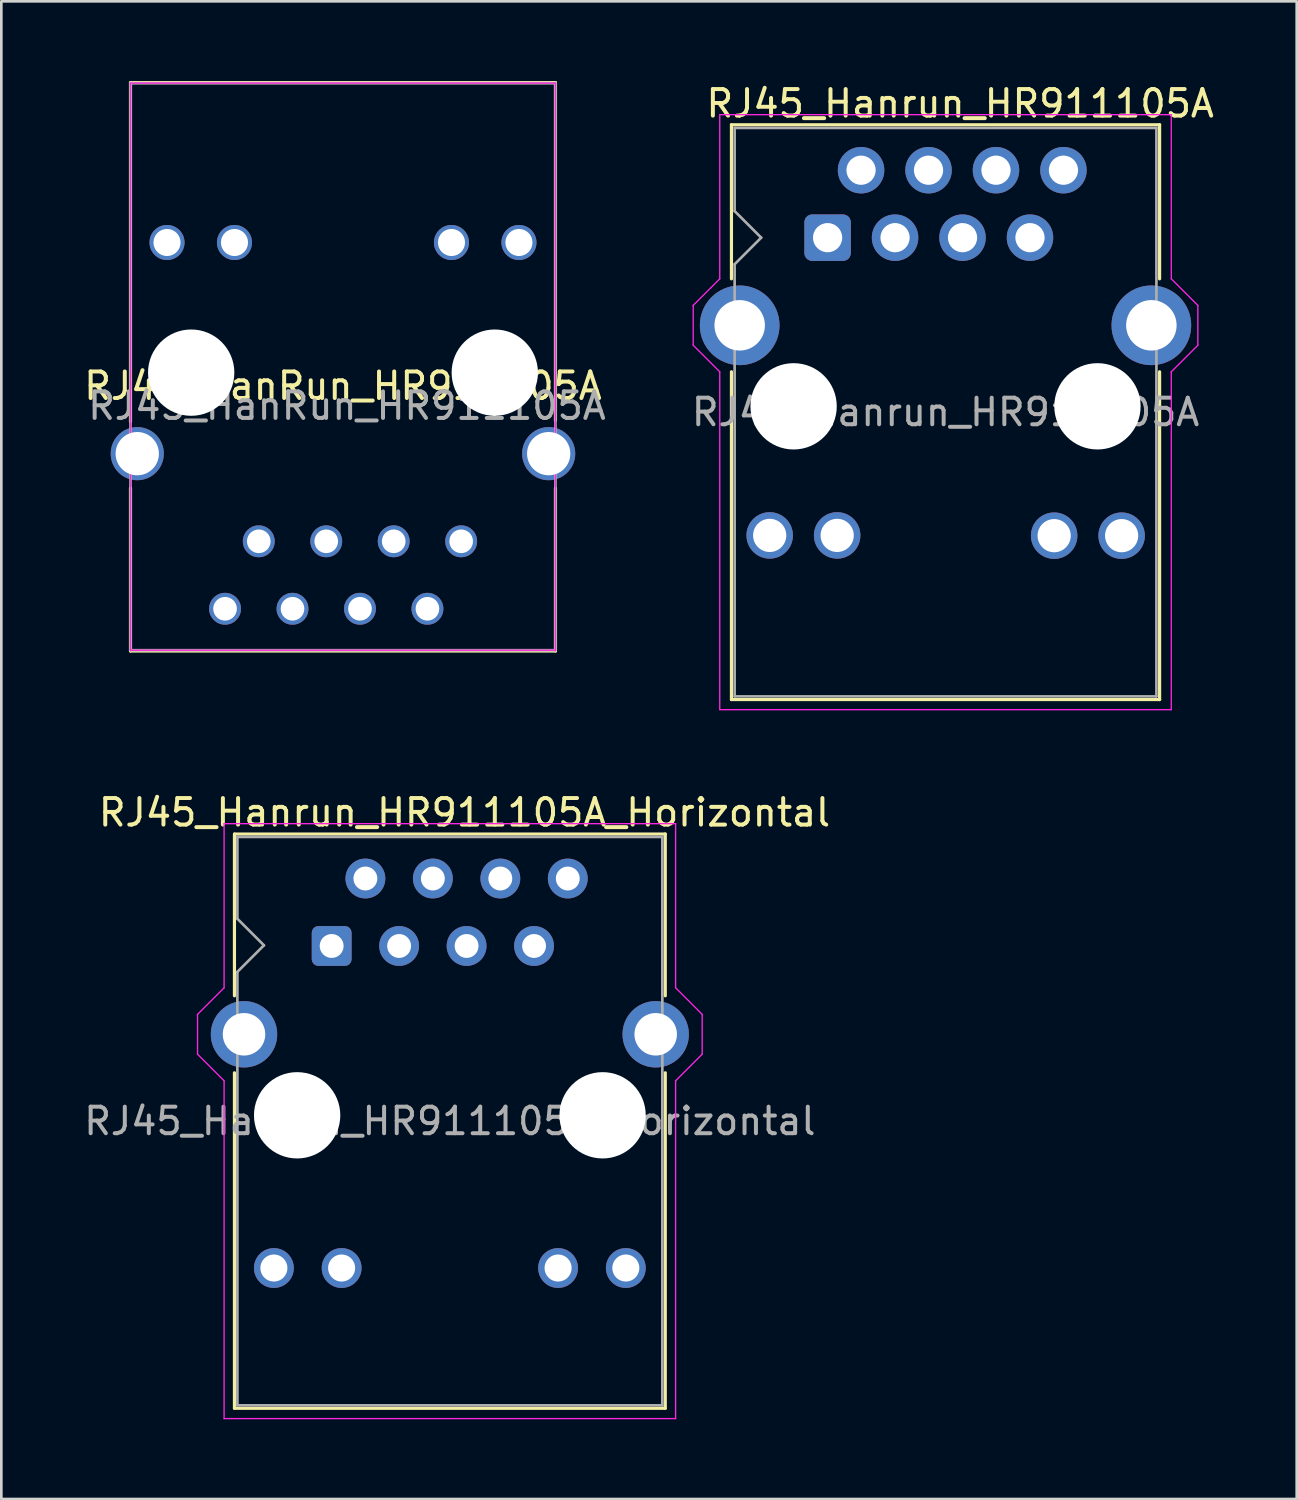
<source format=kicad_pcb>
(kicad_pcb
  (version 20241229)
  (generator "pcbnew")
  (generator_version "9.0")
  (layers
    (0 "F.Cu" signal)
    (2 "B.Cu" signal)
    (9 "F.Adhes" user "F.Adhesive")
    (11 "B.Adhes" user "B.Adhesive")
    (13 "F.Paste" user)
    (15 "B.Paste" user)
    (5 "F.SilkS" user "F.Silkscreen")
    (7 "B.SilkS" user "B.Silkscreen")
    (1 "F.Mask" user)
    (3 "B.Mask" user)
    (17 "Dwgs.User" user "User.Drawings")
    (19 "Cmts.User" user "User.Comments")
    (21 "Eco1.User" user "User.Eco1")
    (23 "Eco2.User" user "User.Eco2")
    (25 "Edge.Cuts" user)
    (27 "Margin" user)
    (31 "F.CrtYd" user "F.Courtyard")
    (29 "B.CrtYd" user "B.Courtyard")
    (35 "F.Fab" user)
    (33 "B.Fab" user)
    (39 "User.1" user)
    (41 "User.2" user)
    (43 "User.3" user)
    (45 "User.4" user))
  (footprint "RJ45_HanRun_HR911105A"
    (layer "F.Cu")
    (at 14.313 17.33)
    (property "Reference" "RJ45_HanRun_HR911105A" (at -4.45 -5.85 0) (layer "F.SilkS") (effects (font (size 1 1) (thickness 0.15))))
    (attr through_hole)
    (fp_line (start -12.45 -17.27) (end 3.55 -17.27) (stroke (width 0.12) (type solid)) (layer "F.SilkS"))
    (fp_line (start -12.45 -4.5) (end -12.45 -17.27) (stroke (width 0.12) (type solid)) (layer "F.SilkS"))
    (fp_line (start -12.45 -2) (end -12.45 -2) (stroke (width 0.12) (type solid)) (layer "F.SilkS"))
    (fp_line (start -12.45 4.13) (end -12.45 -2) (stroke (width 0.12) (type solid)) (layer "F.SilkS"))
    (fp_line (start 3.55 -17.27) (end 3.55 -4.55) (stroke (width 0.12) (type solid)) (layer "F.SilkS"))
    (fp_line (start 3.55 -2) (end 3.55 4.13) (stroke (width 0.12) (type solid)) (layer "F.SilkS"))
    (fp_line (start 3.55 4.13) (end -12.45 4.13) (stroke (width 0.12) (type solid)) (layer "F.SilkS"))
    (fp_line (start -12.45 -17.25) (end 3.55 -17.25) (stroke (width 0.05) (type solid)) (layer "F.CrtYd"))
    (fp_line (start -12.45 4.1) (end -12.45 -17.25) (stroke (width 0.05) (type solid)) (layer "F.CrtYd"))
    (fp_line (start 3.55 -17.25) (end 3.55 4.1) (stroke (width 0.05) (type solid)) (layer "F.CrtYd"))
    (fp_line (start 3.55 4.1) (end -12.45 4.1) (stroke (width 0.05) (type solid)) (layer "F.CrtYd"))
    (fp_line (start -12.45 -17.25) (end 3.55 -17.25) (stroke (width 0.1) (type solid)) (layer "F.Fab"))
    (fp_line (start -12.45 4.1) (end -12.45 -17.25) (stroke (width 0.1) (type solid)) (layer "F.Fab"))
    (fp_line (start 3.55 -17.25) (end 3.55 4.1) (stroke (width 0.1) (type solid)) (layer "F.Fab"))
    (fp_line (start 3.55 4.1) (end -12.45 4.1) (stroke (width 0.1) (type solid)) (layer "F.Fab"))
    (fp_text user "${REFERENCE}" (at -4.3 -5.1 0) (layer "F.Fab") (effects (font (size 1 1) (thickness 0.15))))
    (pad "" np_thru_hole circle (at -10.165 -6.35) (size 3.25 3.25) (drill 3.25) (layers "*.Cu" "*.Mask"))
    (pad "" np_thru_hole circle (at 1.265 -6.35) (size 3.25 3.25) (drill 3.25) (layers "*.Cu" "*.Mask"))
    (pad "1" thru_hole circle (at 0 0) (size 1.2 1.2) (drill 0.89) (layers "*.Cu" "*.Mask"))
    (pad "2" thru_hole circle (at -1.27 2.54) (size 1.2 1.2) (drill 0.89) (layers "*.Cu" "*.Mask"))
    (pad "3" thru_hole circle (at -2.54 0) (size 1.2 1.2) (drill 0.89) (layers "*.Cu" "*.Mask"))
    (pad "4" thru_hole circle (at -3.81 2.54) (size 1.2 1.2) (drill 0.89) (layers "*.Cu" "*.Mask"))
    (pad "5" thru_hole circle (at -5.08 0) (size 1.2 1.2) (drill 0.89) (layers "*.Cu" "*.Mask"))
    (pad "6" thru_hole circle (at -6.35 2.54) (size 1.2 1.2) (drill 0.89) (layers "*.Cu" "*.Mask"))
    (pad "7" thru_hole circle (at -7.62 0) (size 1.2 1.2) (drill 0.89) (layers "*.Cu" "*.Mask"))
    (pad "8" thru_hole circle (at -8.89 2.54) (size 1.2 1.2) (drill 0.89) (layers "*.Cu" "*.Mask"))
    (pad "9" thru_hole circle (at 2.175 -11.25) (size 1.32 1.32) (drill 1.02) (layers "*.Cu" "*.Mask"))
    (pad "10" thru_hole circle (at -0.365 -11.25) (size 1.32 1.32) (drill 1.02) (layers "*.Cu" "*.Mask"))
    (pad "11" thru_hole circle (at -8.535 -11.25) (size 1.32 1.32) (drill 1.02) (layers "*.Cu" "*.Mask"))
    (pad "12" thru_hole circle (at -11.075 -11.25) (size 1.32 1.32) (drill 1.02) (layers "*.Cu" "*.Mask"))
    (pad "13" thru_hole circle (at -12.195 -3.3) (size 2 2) (drill 1.63) (layers "*.Cu" "*.Mask"))
    (pad "13" thru_hole circle (at 3.295 -3.3) (size 2 2) (drill 1.63) (layers "*.Cu" "*.Mask")))
  (footprint "RJ45_Hanrun_HR911105A_Horizontal"
    (layer "F.Cu")
    (at 9.437 32.541)
    (property "Reference" "RJ45_Hanrun_HR911105A_Horizontal" (at 5 -5 0) (layer "F.SilkS") (effects (font (size 1 1) (thickness 0.15))))
    (attr through_hole)
    (fp_line (start -3.66 -4.19) (end -3.66 1.9) (stroke (width 0.12) (type solid)) (layer "F.SilkS"))
    (fp_line (start -3.66 4.8) (end -3.66 17.43) (stroke (width 0.12) (type solid)) (layer "F.SilkS"))
    (fp_line (start -3.65 -4.19) (end 12.56 -4.19) (stroke (width 0.12) (type solid)) (layer "F.SilkS"))
    (fp_line (start 12.56 -4.19) (end 12.56 1.9) (stroke (width 0.12) (type solid)) (layer "F.SilkS"))
    (fp_line (start 12.56 4.8) (end 12.56 17.43) (stroke (width 0.12) (type solid)) (layer "F.SilkS"))
    (fp_line (start 12.56 17.43) (end -3.66 17.43) (stroke (width 0.12) (type solid)) (layer "F.SilkS"))
    (fp_line (start -5.05 4.1) (end -5.05 2.6) (stroke (width 0.05) (type solid)) (layer "F.CrtYd"))
    (fp_line (start -5.05 4.1) (end -4.05 5.1) (stroke (width 0.05) (type solid)) (layer "F.CrtYd"))
    (fp_line (start -4.05 -4.58) (end 12.95 -4.58) (stroke (width 0.05) (type solid)) (layer "F.CrtYd"))
    (fp_line (start -4.05 1.6) (end -5.05 2.6) (stroke (width 0.05) (type solid)) (layer "F.CrtYd"))
    (fp_line (start -4.05 1.6) (end -4.05 -4.58) (stroke (width 0.05) (type solid)) (layer "F.CrtYd"))
    (fp_line (start -4.05 5.1) (end -4.05 17.82) (stroke (width 0.05) (type solid)) (layer "F.CrtYd"))
    (fp_line (start -4.05 17.82) (end 12.95 17.82) (stroke (width 0.05) (type solid)) (layer "F.CrtYd"))
    (fp_line (start 12.95 1.6) (end 12.95 -4.58) (stroke (width 0.05) (type solid)) (layer "F.CrtYd"))
    (fp_line (start 12.95 1.6) (end 13.95 2.6) (stroke (width 0.05) (type solid)) (layer "F.CrtYd"))
    (fp_line (start 12.95 5.1) (end 12.95 17.82) (stroke (width 0.05) (type solid)) (layer "F.CrtYd"))
    (fp_line (start 13.95 4.1) (end 12.95 5.1) (stroke (width 0.05) (type solid)) (layer "F.CrtYd"))
    (fp_line (start 13.95 4.1) (end 13.95 2.6) (stroke (width 0.05) (type solid)) (layer "F.CrtYd"))
    (fp_line (start -3.55 -4.08) (end -3.55 -1) (stroke (width 0.1) (type solid)) (layer "F.Fab"))
    (fp_line (start -3.55 -4.08) (end 12.45 -4.08) (stroke (width 0.1) (type solid)) (layer "F.Fab"))
    (fp_line (start -3.55 1) (end -3.55 17.32) (stroke (width 0.1) (type solid)) (layer "F.Fab"))
    (fp_line (start -3.55 17.32) (end 12.45 17.32) (stroke (width 0.1) (type solid)) (layer "F.Fab"))
    (fp_line (start -2.55 0) (end -3.55 -1) (stroke (width 0.1) (type solid)) (layer "F.Fab"))
    (fp_line (start -2.55 0) (end -3.55 1) (stroke (width 0.1) (type solid)) (layer "F.Fab"))
    (fp_line (start 12.45 -4.08) (end 12.45 17.32) (stroke (width 0.1) (type solid)) (layer "F.Fab"))
    (fp_text user "${REFERENCE}" (at 4.45 6.62 0) (layer "F.Fab") (effects (font (size 1 1) (thickness 0.15))))
    (pad "" np_thru_hole circle (at -1.3 6.4) (size 3.25 3.25) (drill 3.25) (layers "*.Cu" "*.Mask"))
    (pad "" np_thru_hole circle (at 10.2 6.4) (size 3.25 3.25) (drill 3.25) (layers "*.Cu" "*.Mask"))
    (pad "1" thru_hole roundrect (at 0 0.025) (size 1.5 1.5) (drill 0.9) (layers "*.Cu" "*.Mask") (roundrect_rratio 0.167))
    (pad "2" thru_hole circle (at 1.27 -2.515) (size 1.5 1.5) (drill 0.9) (layers "*.Cu" "*.Mask"))
    (pad "3" thru_hole circle (at 2.54 0.025) (size 1.5 1.5) (drill 0.9) (layers "*.Cu" "*.Mask"))
    (pad "4" thru_hole circle (at 3.81 -2.515) (size 1.5 1.5) (drill 0.9) (layers "*.Cu" "*.Mask"))
    (pad "5" thru_hole circle (at 5.08 0.025) (size 1.5 1.5) (drill 0.9) (layers "*.Cu" "*.Mask"))
    (pad "6" thru_hole circle (at 6.35 -2.515) (size 1.5 1.5) (drill 0.9) (layers "*.Cu" "*.Mask"))
    (pad "7" thru_hole circle (at 7.62 0.025) (size 1.5 1.5) (drill 0.9) (layers "*.Cu" "*.Mask"))
    (pad "8" thru_hole circle (at 8.89 -2.515) (size 1.5 1.5) (drill 0.9) (layers "*.Cu" "*.Mask"))
    (pad "9" thru_hole circle (at -2.175 12.15) (size 1.5 1.5) (drill 1.02) (layers "*.Cu" "*.Mask"))
    (pad "10" thru_hole circle (at 0.375 12.15) (size 1.5 1.5) (drill 1.02) (layers "*.Cu" "*.Mask"))
    (pad "11" thru_hole circle (at 8.525 12.15) (size 1.5 1.5) (drill 1.02) (layers "*.Cu" "*.Mask"))
    (pad "12" thru_hole circle (at 11.075 12.15) (size 1.5 1.5) (drill 1.02) (layers "*.Cu" "*.Mask"))
    (pad "SH" thru_hole circle (at -3.3 3.35) (size 2.5 2.5) (drill 1.6) (layers "*.Cu" "*.Mask"))
    (pad "SH" thru_hole circle (at 12.2 3.35) (size 2.5 2.5) (drill 1.6) (layers "*.Cu" "*.Mask")))
  (footprint "RJ45_Hanrun_HR911105A"
    (layer "F.Cu")
    (at 28.109 5.898)
    (property "Reference" "RJ45_Hanrun_HR911105A" (at 4.99 -5.05 0) (layer "F.SilkS") (effects (font (size 1 1) (thickness 0.15))))
    (attr through_hole)
    (fp_line (start -3.62 -4.25) (end -3.62 1.55) (stroke (width 0.12) (type solid)) (layer "F.SilkS"))
    (fp_line (start -3.62 -4.25) (end 12.5 -4.25) (stroke (width 0.12) (type solid)) (layer "F.SilkS"))
    (fp_line (start -3.62 5.05) (end -3.62 17.39) (stroke (width 0.12) (type solid)) (layer "F.SilkS"))
    (fp_line (start 12.5 -4.25) (end 12.5 1.55) (stroke (width 0.12) (type solid)) (layer "F.SilkS"))
    (fp_line (start 12.5 5.05) (end 12.5 17.39) (stroke (width 0.12) (type solid)) (layer "F.SilkS"))
    (fp_line (start 12.5 17.39) (end -3.62 17.39) (stroke (width 0.12) (type solid)) (layer "F.SilkS"))
    (fp_line (start -5.06 4.05) (end -5.06 2.55) (stroke (width 0.05) (type solid)) (layer "F.CrtYd"))
    (fp_line (start -5.06 4.05) (end -4.06 5.05) (stroke (width 0.05) (type solid)) (layer "F.CrtYd"))
    (fp_line (start -4.06 -4.63) (end 12.94 -4.63) (stroke (width 0.05) (type solid)) (layer "F.CrtYd"))
    (fp_line (start -4.06 1.55) (end -5.06 2.55) (stroke (width 0.05) (type solid)) (layer "F.CrtYd"))
    (fp_line (start -4.06 1.55) (end -4.06 -4.63) (stroke (width 0.05) (type solid)) (layer "F.CrtYd"))
    (fp_line (start -4.06 5.05) (end -4.06 17.77) (stroke (width 0.05) (type solid)) (layer "F.CrtYd"))
    (fp_line (start -4.06 17.77) (end 12.94 17.77) (stroke (width 0.05) (type solid)) (layer "F.CrtYd"))
    (fp_line (start 12.94 1.55) (end 12.94 -4.63) (stroke (width 0.05) (type solid)) (layer "F.CrtYd"))
    (fp_line (start 12.94 1.55) (end 13.94 2.55) (stroke (width 0.05) (type solid)) (layer "F.CrtYd"))
    (fp_line (start 12.94 5.05) (end 12.94 17.77) (stroke (width 0.05) (type solid)) (layer "F.CrtYd"))
    (fp_line (start 13.94 4.05) (end 12.94 5.05) (stroke (width 0.05) (type solid)) (layer "F.CrtYd"))
    (fp_line (start 13.94 4.05) (end 13.94 2.55) (stroke (width 0.05) (type solid)) (layer "F.CrtYd"))
    (fp_line (start -3.5 -4.13) (end -3.5 -1) (stroke (width 0.1) (type solid)) (layer "F.Fab"))
    (fp_line (start -3.5 -4.13) (end 12.38 -4.13) (stroke (width 0.1) (type solid)) (layer "F.Fab"))
    (fp_line (start -3.5 1) (end -3.5 17.27) (stroke (width 0.1) (type solid)) (layer "F.Fab"))
    (fp_line (start -3.5 17.27) (end 12.38 17.27) (stroke (width 0.1) (type solid)) (layer "F.Fab"))
    (fp_line (start -2.5 0) (end -3.5 -1) (stroke (width 0.1) (type solid)) (layer "F.Fab"))
    (fp_line (start -2.5 0) (end -3.5 1) (stroke (width 0.1) (type solid)) (layer "F.Fab"))
    (fp_line (start 12.38 -4.13) (end 12.38 17.27) (stroke (width 0.1) (type solid)) (layer "F.Fab"))
    (fp_text user "${REFERENCE}" (at 4.44 6.57 0) (layer "F.Fab") (effects (font (size 1 1) (thickness 0.15))))
    (pad "" np_thru_hole circle (at -1.28 6.35) (size 3.25 3.25) (drill 3.25) (layers "*.Cu" "*.Mask"))
    (pad "" np_thru_hole circle (at 10.16 6.35) (size 3.25 3.25) (drill 3.25) (layers "*.Cu" "*.Mask"))
    (pad "1" thru_hole roundrect (at 0 0) (size 1.75 1.75) (drill 1.1) (layers "*.Cu" "*.Mask") (roundrect_rratio 0.167))
    (pad "2" thru_hole circle (at 1.26 -2.54) (size 1.75 1.75) (drill 1.1) (layers "*.Cu" "*.Mask"))
    (pad "3" thru_hole circle (at 2.54 0) (size 1.75 1.75) (drill 1.1) (layers "*.Cu" "*.Mask"))
    (pad "4" thru_hole circle (at 3.8 -2.54) (size 1.75 1.75) (drill 1.1) (layers "*.Cu" "*.Mask"))
    (pad "5" thru_hole circle (at 5.08 0) (size 1.75 1.75) (drill 1.1) (layers "*.Cu" "*.Mask"))
    (pad "6" thru_hole circle (at 6.34 -2.54 90) (size 1.75 1.75) (drill 1.1) (layers "*.Cu" "*.Mask"))
    (pad "7" thru_hole circle (at 7.62 0) (size 1.75 1.75) (drill 1.1) (layers "*.Cu" "*.Mask"))
    (pad "8" thru_hole circle (at 8.88 -2.54) (size 1.75 1.75) (drill 1.1) (layers "*.Cu" "*.Mask"))
    (pad "9" thru_hole circle (at -2.18 11.21) (size 1.75 1.75) (drill 1.25) (layers "*.Cu" "*.Mask"))
    (pad "10" thru_hole circle (at 0.36 11.21) (size 1.75 1.75) (drill 1.25) (layers "*.Cu" "*.Mask"))
    (pad "11" thru_hole circle (at 8.53 11.22) (size 1.75 1.75) (drill 1.25) (layers "*.Cu" "*.Mask"))
    (pad "12" thru_hole circle (at 11.07 11.22) (size 1.75 1.75) (drill 1.25) (layers "*.Cu" "*.Mask"))
    (pad "SH" thru_hole circle (at -3.31 3.3) (size 3 3) (drill 1.9) (layers "*.Cu" "*.Mask"))
    (pad "SH" thru_hole circle (at 12.19 3.3) (size 3 3) (drill 1.9) (layers "*.Cu" "*.Mask")))
  (gr_rect
    (start -3 -3)
    (end 45.771 53.386)
    (stroke (width 0.1) (type default))
    (fill no)
    (layer "Edge.Cuts")))
</source>
